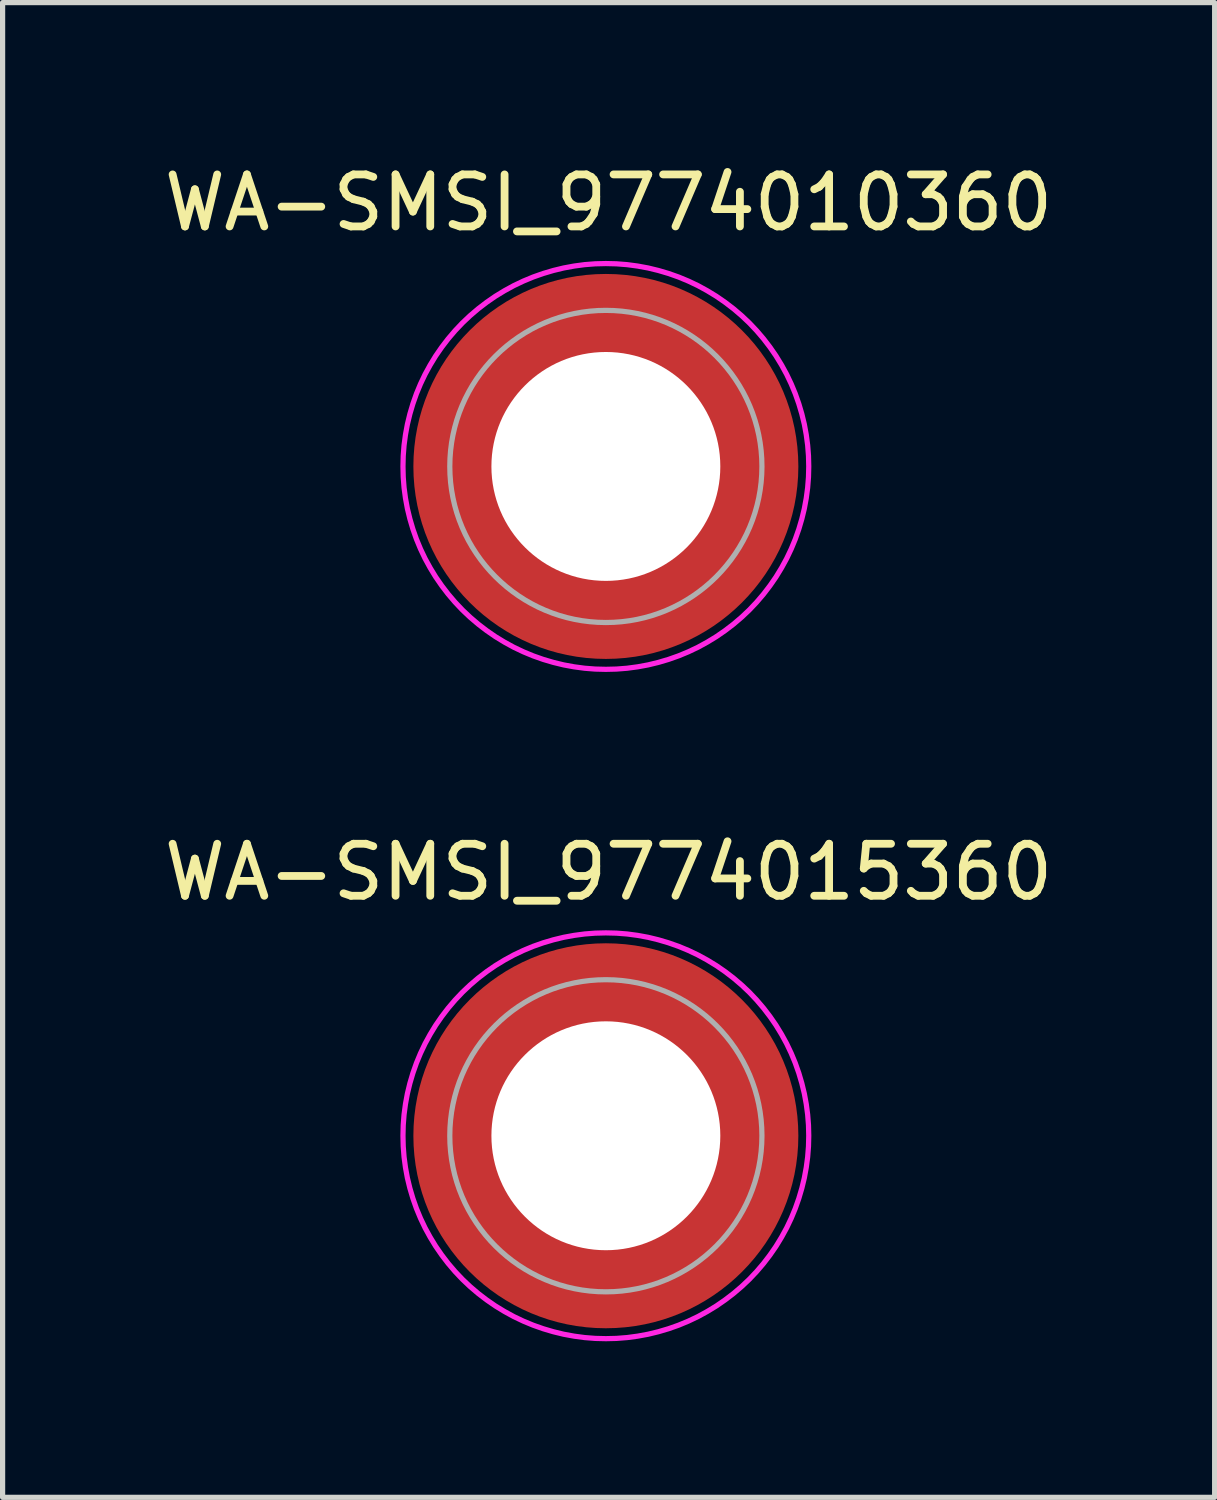
<source format=kicad_pcb>
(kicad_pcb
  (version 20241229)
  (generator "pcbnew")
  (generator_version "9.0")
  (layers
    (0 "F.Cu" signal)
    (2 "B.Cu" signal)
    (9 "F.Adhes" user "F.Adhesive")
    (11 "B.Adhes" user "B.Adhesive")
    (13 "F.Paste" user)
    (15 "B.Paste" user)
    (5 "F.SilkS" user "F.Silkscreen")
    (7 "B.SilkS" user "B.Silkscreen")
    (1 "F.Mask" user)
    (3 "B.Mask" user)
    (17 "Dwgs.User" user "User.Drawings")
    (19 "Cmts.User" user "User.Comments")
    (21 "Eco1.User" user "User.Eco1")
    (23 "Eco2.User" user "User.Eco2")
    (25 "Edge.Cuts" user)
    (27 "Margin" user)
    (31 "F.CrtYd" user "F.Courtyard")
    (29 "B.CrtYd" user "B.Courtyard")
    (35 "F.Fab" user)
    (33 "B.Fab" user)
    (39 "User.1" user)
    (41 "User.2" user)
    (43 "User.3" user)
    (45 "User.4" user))
  (footprint "WA-SMSI_9774015360"
    (layer "F.Cu")
    (at 8.596 18.782)
    (property "Reference" "WA-SMSI_9774015360" (at 0.053 -5.068 0) (layer "F.SilkS") (effects (font (size 1 1) (thickness 0.15))))
    (attr smd)
    (fp_poly (pts (xy -3.615 0.4) (xy -2.205 0.4) (xy -2.19 0.475) (xy -2.165 0.58) (xy -2.13 0.7) (xy -2.1 0.78) (xy -2.07 0.86) (xy -2.025 0.96) (xy -1.975 1.06) (xy -1.92 1.155) (xy -1.86 1.25) (xy -1.815 1.315) (xy -1.75 1.4) (xy -1.695 1.465) (xy -1.605 1.565) (xy -1.52 1.645) (xy -1.465 1.695) (xy -1.405 1.745) (xy -1.32 1.81) (xy -1.235 1.87) (xy -1.13 1.935) (xy -1.05 1.98) (xy -0.95 2.03) (xy -0.81 2.09) (xy -0.695 2.13) (xy -0.58 2.165) (xy -0.475 2.19) (xy -0.4 2.205) (xy -0.4 3.615) (xy -0.43 3.61) (xy -0.505 3.6) (xy -0.605 3.585) (xy -0.715 3.565) (xy -0.83 3.54) (xy -0.93 3.515) (xy -1.04 3.485) (xy -1.135 3.455) (xy -1.205 3.43) (xy -1.3 3.395) (xy -1.365 3.37) (xy -1.46 3.33) (xy -1.55 3.29) (xy -1.65 3.24) (xy -1.77 3.175) (xy -1.885 3.11) (xy -1.985 3.045) (xy -2.075 2.985) (xy -2.165 2.92) (xy -2.23 2.87) (xy -2.295 2.82) (xy -2.365 2.76) (xy -2.44 2.695) (xy -2.515 2.625) (xy -2.6 2.54) (xy -2.645 2.495) (xy -2.69 2.445) (xy -2.76 2.365) (xy -2.82 2.295) (xy -2.875 2.225) (xy -2.935 2.145) (xy -2.995 2.06) (xy -3.085 1.925) (xy -3.18 1.765) (xy -3.27 1.59) (xy -3.34 1.44) (xy -3.4 1.29) (xy -3.455 1.135) (xy -3.505 0.97) (xy -3.55 0.795) (xy -3.575 0.665) (xy -3.6 0.52)) (stroke (width 0.01) (type solid)) (fill yes) (layer "F.Paste"))
    (fp_poly (pts (xy -0.4 -3.615) (xy -0.4 -2.205) (xy -0.475 -2.19) (xy -0.58 -2.165) (xy -0.7 -2.13) (xy -0.78 -2.1) (xy -0.86 -2.07) (xy -0.96 -2.025) (xy -1.06 -1.975) (xy -1.155 -1.92) (xy -1.25 -1.86) (xy -1.315 -1.815) (xy -1.4 -1.75) (xy -1.465 -1.695) (xy -1.565 -1.605) (xy -1.645 -1.52) (xy -1.695 -1.465) (xy -1.745 -1.405) (xy -1.81 -1.32) (xy -1.87 -1.235) (xy -1.935 -1.13) (xy -1.98 -1.05) (xy -2.03 -0.95) (xy -2.09 -0.81) (xy -2.13 -0.695) (xy -2.165 -0.58) (xy -2.19 -0.475) (xy -2.205 -0.4) (xy -3.615 -0.4) (xy -3.61 -0.43) (xy -3.6 -0.505) (xy -3.585 -0.605) (xy -3.565 -0.715) (xy -3.54 -0.83) (xy -3.515 -0.93) (xy -3.485 -1.04) (xy -3.455 -1.135) (xy -3.43 -1.205) (xy -3.395 -1.3) (xy -3.37 -1.365) (xy -3.33 -1.46) (xy -3.29 -1.55) (xy -3.24 -1.65) (xy -3.175 -1.77) (xy -3.11 -1.885) (xy -3.045 -1.985) (xy -2.985 -2.075) (xy -2.92 -2.165) (xy -2.87 -2.23) (xy -2.82 -2.295) (xy -2.76 -2.365) (xy -2.695 -2.44) (xy -2.625 -2.515) (xy -2.54 -2.6) (xy -2.495 -2.645) (xy -2.445 -2.69) (xy -2.365 -2.76) (xy -2.295 -2.82) (xy -2.225 -2.875) (xy -2.145 -2.935) (xy -2.06 -2.995) (xy -1.925 -3.085) (xy -1.765 -3.18) (xy -1.59 -3.27) (xy -1.44 -3.34) (xy -1.29 -3.4) (xy -1.135 -3.455) (xy -0.97 -3.505) (xy -0.795 -3.55) (xy -0.665 -3.575) (xy -0.52 -3.6)) (stroke (width 0.01) (type solid)) (fill yes) (layer "F.Paste"))
    (fp_poly (pts (xy 0.4 3.615) (xy 0.4 2.205) (xy 0.475 2.19) (xy 0.58 2.165) (xy 0.7 2.13) (xy 0.78 2.1) (xy 0.86 2.07) (xy 0.96 2.025) (xy 1.06 1.975) (xy 1.155 1.92) (xy 1.25 1.86) (xy 1.315 1.815) (xy 1.4 1.75) (xy 1.465 1.695) (xy 1.565 1.605) (xy 1.645 1.52) (xy 1.695 1.465) (xy 1.745 1.405) (xy 1.81 1.32) (xy 1.87 1.235) (xy 1.935 1.13) (xy 1.98 1.05) (xy 2.03 0.95) (xy 2.09 0.81) (xy 2.13 0.695) (xy 2.165 0.58) (xy 2.19 0.475) (xy 2.205 0.4) (xy 3.615 0.4) (xy 3.61 0.43) (xy 3.6 0.505) (xy 3.585 0.605) (xy 3.565 0.715) (xy 3.54 0.83) (xy 3.515 0.93) (xy 3.485 1.04) (xy 3.455 1.135) (xy 3.43 1.205) (xy 3.395 1.3) (xy 3.37 1.365) (xy 3.33 1.46) (xy 3.29 1.55) (xy 3.24 1.65) (xy 3.175 1.77) (xy 3.11 1.885) (xy 3.045 1.985) (xy 2.985 2.075) (xy 2.92 2.165) (xy 2.87 2.23) (xy 2.82 2.295) (xy 2.76 2.365) (xy 2.695 2.44) (xy 2.625 2.515) (xy 2.54 2.6) (xy 2.495 2.645) (xy 2.445 2.69) (xy 2.365 2.76) (xy 2.295 2.82) (xy 2.225 2.875) (xy 2.145 2.935) (xy 2.06 2.995) (xy 1.925 3.085) (xy 1.765 3.18) (xy 1.59 3.27) (xy 1.44 3.34) (xy 1.29 3.4) (xy 1.135 3.455) (xy 0.97 3.505) (xy 0.795 3.55) (xy 0.665 3.575) (xy 0.52 3.6)) (stroke (width 0.01) (type solid)) (fill yes) (layer "F.Paste"))
    (fp_poly (pts (xy 3.615 -0.4) (xy 2.205 -0.4) (xy 2.19 -0.475) (xy 2.165 -0.58) (xy 2.13 -0.7) (xy 2.1 -0.78) (xy 2.07 -0.86) (xy 2.025 -0.96) (xy 1.975 -1.06) (xy 1.92 -1.155) (xy 1.86 -1.25) (xy 1.815 -1.315) (xy 1.75 -1.4) (xy 1.695 -1.465) (xy 1.605 -1.565) (xy 1.52 -1.645) (xy 1.465 -1.695) (xy 1.405 -1.745) (xy 1.32 -1.81) (xy 1.235 -1.87) (xy 1.13 -1.935) (xy 1.05 -1.98) (xy 0.95 -2.03) (xy 0.81 -2.09) (xy 0.695 -2.13) (xy 0.58 -2.165) (xy 0.475 -2.19) (xy 0.4 -2.205) (xy 0.4 -3.615) (xy 0.43 -3.61) (xy 0.505 -3.6) (xy 0.605 -3.585) (xy 0.715 -3.565) (xy 0.83 -3.54) (xy 0.93 -3.515) (xy 1.04 -3.485) (xy 1.135 -3.455) (xy 1.205 -3.43) (xy 1.3 -3.395) (xy 1.365 -3.37) (xy 1.46 -3.33) (xy 1.55 -3.29) (xy 1.65 -3.24) (xy 1.77 -3.175) (xy 1.885 -3.11) (xy 1.985 -3.045) (xy 2.075 -2.985) (xy 2.165 -2.92) (xy 2.23 -2.87) (xy 2.295 -2.82) (xy 2.365 -2.76) (xy 2.44 -2.695) (xy 2.515 -2.625) (xy 2.6 -2.54) (xy 2.645 -2.495) (xy 2.69 -2.445) (xy 2.76 -2.365) (xy 2.82 -2.295) (xy 2.875 -2.225) (xy 2.935 -2.145) (xy 2.995 -2.06) (xy 3.085 -1.925) (xy 3.18 -1.765) (xy 3.27 -1.59) (xy 3.34 -1.44) (xy 3.4 -1.29) (xy 3.455 -1.135) (xy 3.505 -0.97) (xy 3.55 -0.795) (xy 3.575 -0.665) (xy 3.6 -0.52)) (stroke (width 0.01) (type solid)) (fill yes) (layer "F.Paste"))
    (fp_poly (pts (xy 0 -3.9) (xy 0.204 -3.895) (xy 0.408 -3.879) (xy 0.61 -3.852) (xy 0.811 -3.815) (xy 1.009 -3.767) (xy 1.205 -3.709) (xy 1.398 -3.641) (xy 1.586 -3.563) (xy 1.771 -3.475) (xy 1.95 -3.377) (xy 2.124 -3.271) (xy 2.292 -3.155) (xy 2.454 -3.031) (xy 2.61 -2.898) (xy 2.758 -2.758) (xy 2.898 -2.61) (xy 3.031 -2.454) (xy 3.155 -2.292) (xy 3.271 -2.124) (xy 3.377 -1.95) (xy 3.475 -1.771) (xy 3.563 -1.586) (xy 3.641 -1.398) (xy 3.709 -1.205) (xy 3.767 -1.009) (xy 3.815 -0.811) (xy 3.852 -0.61) (xy 3.879 -0.408) (xy 3.895 -0.204) (xy 3.9 0) (xy 3.895 0.204) (xy 3.879 0.408) (xy 3.852 0.61) (xy 3.815 0.811) (xy 3.767 1.009) (xy 3.709 1.205) (xy 3.641 1.398) (xy 3.563 1.586) (xy 3.475 1.771) (xy 3.377 1.95) (xy 3.271 2.124) (xy 3.155 2.292) (xy 3.031 2.454) (xy 2.898 2.61) (xy 2.758 2.758) (xy 2.61 2.898) (xy 2.454 3.031) (xy 2.292 3.155) (xy 2.124 3.271) (xy 1.95 3.377) (xy 1.771 3.475) (xy 1.586 3.563) (xy 1.398 3.641) (xy 1.205 3.709) (xy 1.009 3.767) (xy 0.811 3.815) (xy 0.61 3.852) (xy 0.408 3.879) (xy 0.204 3.895) (xy 0 3.9) (xy -0.204 3.895) (xy -0.408 3.879) (xy -0.61 3.852) (xy -0.811 3.815) (xy -1.009 3.767) (xy -1.205 3.709) (xy -1.398 3.641) (xy -1.586 3.563) (xy -1.771 3.475) (xy -1.95 3.377) (xy -2.124 3.271) (xy -2.292 3.155) (xy -2.454 3.031) (xy -2.61 2.898) (xy -2.758 2.758) (xy -2.898 2.61) (xy -3.031 2.454) (xy -3.155 2.292) (xy -3.271 2.124) (xy -3.377 1.95) (xy -3.475 1.771) (xy -3.563 1.586) (xy -3.641 1.398) (xy -3.709 1.205) (xy -3.767 1.009) (xy -3.815 0.811) (xy -3.852 0.61) (xy -3.879 0.408) (xy -3.895 0.204) (xy -3.9 0) (xy -3.895 -0.204) (xy -3.879 -0.408) (xy -3.852 -0.61) (xy -3.815 -0.811) (xy -3.767 -1.009) (xy -3.709 -1.205) (xy -3.641 -1.398) (xy -3.563 -1.586) (xy -3.475 -1.771) (xy -3.377 -1.95) (xy -3.271 -2.124) (xy -3.155 -2.292) (xy -3.031 -2.454) (xy -2.898 -2.61) (xy -2.758 -2.758) (xy -2.61 -2.898) (xy -2.454 -3.031) (xy -2.292 -3.155) (xy -2.124 -3.271) (xy -1.95 -3.377) (xy -1.771 -3.475) (xy -1.586 -3.563) (xy -1.398 -3.641) (xy -1.205 -3.709) (xy -1.009 -3.767) (xy -0.811 -3.815) (xy -0.61 -3.852) (xy -0.408 -3.879) (xy -0.204 -3.895) (xy 0 -3.9)) (stroke (width 0.1) (type solid)) (fill no) (layer "F.CrtYd"))
    (fp_circle (center 0 0) (end 3 0) (stroke (width 0.1) (type solid)) (fill no) (layer "F.Fab"))
    (pad "" np_thru_hole circle (at 0 0) (size 4.4 4.4) (drill 4.4) (layers "*.Cu" "*.Mask"))
    (pad "1" smd circle (at 0 0) (size 7.4 7.4) (layers "F.Cu" "F.Mask")))
  (footprint "WA-SMSI_9774010360"
    (layer "F.Cu")
    (at 8.596 5.916)
    (property "Reference" "WA-SMSI_9774010360" (at 0.053 -5.068 0) (layer "F.SilkS") (effects (font (size 1 1) (thickness 0.15))))
    (attr smd)
    (fp_poly (pts (xy -3.615 0.4) (xy -2.205 0.4) (xy -2.19 0.475) (xy -2.165 0.58) (xy -2.13 0.7) (xy -2.1 0.78) (xy -2.07 0.86) (xy -2.025 0.96) (xy -1.975 1.06) (xy -1.92 1.155) (xy -1.86 1.25) (xy -1.815 1.315) (xy -1.75 1.4) (xy -1.695 1.465) (xy -1.605 1.565) (xy -1.52 1.645) (xy -1.465 1.695) (xy -1.405 1.745) (xy -1.32 1.81) (xy -1.235 1.87) (xy -1.13 1.935) (xy -1.05 1.98) (xy -0.95 2.03) (xy -0.81 2.09) (xy -0.695 2.13) (xy -0.58 2.165) (xy -0.475 2.19) (xy -0.4 2.205) (xy -0.4 3.615) (xy -0.43 3.61) (xy -0.505 3.6) (xy -0.605 3.585) (xy -0.715 3.565) (xy -0.83 3.54) (xy -0.93 3.515) (xy -1.04 3.485) (xy -1.135 3.455) (xy -1.205 3.43) (xy -1.3 3.395) (xy -1.365 3.37) (xy -1.46 3.33) (xy -1.55 3.29) (xy -1.65 3.24) (xy -1.77 3.175) (xy -1.885 3.11) (xy -1.985 3.045) (xy -2.075 2.985) (xy -2.165 2.92) (xy -2.23 2.87) (xy -2.295 2.82) (xy -2.365 2.76) (xy -2.44 2.695) (xy -2.515 2.625) (xy -2.6 2.54) (xy -2.645 2.495) (xy -2.69 2.445) (xy -2.76 2.365) (xy -2.82 2.295) (xy -2.875 2.225) (xy -2.935 2.145) (xy -2.995 2.06) (xy -3.085 1.925) (xy -3.18 1.765) (xy -3.27 1.59) (xy -3.34 1.44) (xy -3.4 1.29) (xy -3.455 1.135) (xy -3.505 0.97) (xy -3.55 0.795) (xy -3.575 0.665) (xy -3.6 0.52)) (stroke (width 0.01) (type solid)) (fill yes) (layer "F.Paste"))
    (fp_poly (pts (xy -0.4 -3.615) (xy -0.4 -2.205) (xy -0.475 -2.19) (xy -0.58 -2.165) (xy -0.7 -2.13) (xy -0.78 -2.1) (xy -0.86 -2.07) (xy -0.96 -2.025) (xy -1.06 -1.975) (xy -1.155 -1.92) (xy -1.25 -1.86) (xy -1.315 -1.815) (xy -1.4 -1.75) (xy -1.465 -1.695) (xy -1.565 -1.605) (xy -1.645 -1.52) (xy -1.695 -1.465) (xy -1.745 -1.405) (xy -1.81 -1.32) (xy -1.87 -1.235) (xy -1.935 -1.13) (xy -1.98 -1.05) (xy -2.03 -0.95) (xy -2.09 -0.81) (xy -2.13 -0.695) (xy -2.165 -0.58) (xy -2.19 -0.475) (xy -2.205 -0.4) (xy -3.615 -0.4) (xy -3.61 -0.43) (xy -3.6 -0.505) (xy -3.585 -0.605) (xy -3.565 -0.715) (xy -3.54 -0.83) (xy -3.515 -0.93) (xy -3.485 -1.04) (xy -3.455 -1.135) (xy -3.43 -1.205) (xy -3.395 -1.3) (xy -3.37 -1.365) (xy -3.33 -1.46) (xy -3.29 -1.55) (xy -3.24 -1.65) (xy -3.175 -1.77) (xy -3.11 -1.885) (xy -3.045 -1.985) (xy -2.985 -2.075) (xy -2.92 -2.165) (xy -2.87 -2.23) (xy -2.82 -2.295) (xy -2.76 -2.365) (xy -2.695 -2.44) (xy -2.625 -2.515) (xy -2.54 -2.6) (xy -2.495 -2.645) (xy -2.445 -2.69) (xy -2.365 -2.76) (xy -2.295 -2.82) (xy -2.225 -2.875) (xy -2.145 -2.935) (xy -2.06 -2.995) (xy -1.925 -3.085) (xy -1.765 -3.18) (xy -1.59 -3.27) (xy -1.44 -3.34) (xy -1.29 -3.4) (xy -1.135 -3.455) (xy -0.97 -3.505) (xy -0.795 -3.55) (xy -0.665 -3.575) (xy -0.52 -3.6)) (stroke (width 0.01) (type solid)) (fill yes) (layer "F.Paste"))
    (fp_poly (pts (xy 0.4 3.615) (xy 0.4 2.205) (xy 0.475 2.19) (xy 0.58 2.165) (xy 0.7 2.13) (xy 0.78 2.1) (xy 0.86 2.07) (xy 0.96 2.025) (xy 1.06 1.975) (xy 1.155 1.92) (xy 1.25 1.86) (xy 1.315 1.815) (xy 1.4 1.75) (xy 1.465 1.695) (xy 1.565 1.605) (xy 1.645 1.52) (xy 1.695 1.465) (xy 1.745 1.405) (xy 1.81 1.32) (xy 1.87 1.235) (xy 1.935 1.13) (xy 1.98 1.05) (xy 2.03 0.95) (xy 2.09 0.81) (xy 2.13 0.695) (xy 2.165 0.58) (xy 2.19 0.475) (xy 2.205 0.4) (xy 3.615 0.4) (xy 3.61 0.43) (xy 3.6 0.505) (xy 3.585 0.605) (xy 3.565 0.715) (xy 3.54 0.83) (xy 3.515 0.93) (xy 3.485 1.04) (xy 3.455 1.135) (xy 3.43 1.205) (xy 3.395 1.3) (xy 3.37 1.365) (xy 3.33 1.46) (xy 3.29 1.55) (xy 3.24 1.65) (xy 3.175 1.77) (xy 3.11 1.885) (xy 3.045 1.985) (xy 2.985 2.075) (xy 2.92 2.165) (xy 2.87 2.23) (xy 2.82 2.295) (xy 2.76 2.365) (xy 2.695 2.44) (xy 2.625 2.515) (xy 2.54 2.6) (xy 2.495 2.645) (xy 2.445 2.69) (xy 2.365 2.76) (xy 2.295 2.82) (xy 2.225 2.875) (xy 2.145 2.935) (xy 2.06 2.995) (xy 1.925 3.085) (xy 1.765 3.18) (xy 1.59 3.27) (xy 1.44 3.34) (xy 1.29 3.4) (xy 1.135 3.455) (xy 0.97 3.505) (xy 0.795 3.55) (xy 0.665 3.575) (xy 0.52 3.6)) (stroke (width 0.01) (type solid)) (fill yes) (layer "F.Paste"))
    (fp_poly (pts (xy 3.615 -0.4) (xy 2.205 -0.4) (xy 2.19 -0.475) (xy 2.165 -0.58) (xy 2.13 -0.7) (xy 2.1 -0.78) (xy 2.07 -0.86) (xy 2.025 -0.96) (xy 1.975 -1.06) (xy 1.92 -1.155) (xy 1.86 -1.25) (xy 1.815 -1.315) (xy 1.75 -1.4) (xy 1.695 -1.465) (xy 1.605 -1.565) (xy 1.52 -1.645) (xy 1.465 -1.695) (xy 1.405 -1.745) (xy 1.32 -1.81) (xy 1.235 -1.87) (xy 1.13 -1.935) (xy 1.05 -1.98) (xy 0.95 -2.03) (xy 0.81 -2.09) (xy 0.695 -2.13) (xy 0.58 -2.165) (xy 0.475 -2.19) (xy 0.4 -2.205) (xy 0.4 -3.615) (xy 0.43 -3.61) (xy 0.505 -3.6) (xy 0.605 -3.585) (xy 0.715 -3.565) (xy 0.83 -3.54) (xy 0.93 -3.515) (xy 1.04 -3.485) (xy 1.135 -3.455) (xy 1.205 -3.43) (xy 1.3 -3.395) (xy 1.365 -3.37) (xy 1.46 -3.33) (xy 1.55 -3.29) (xy 1.65 -3.24) (xy 1.77 -3.175) (xy 1.885 -3.11) (xy 1.985 -3.045) (xy 2.075 -2.985) (xy 2.165 -2.92) (xy 2.23 -2.87) (xy 2.295 -2.82) (xy 2.365 -2.76) (xy 2.44 -2.695) (xy 2.515 -2.625) (xy 2.6 -2.54) (xy 2.645 -2.495) (xy 2.69 -2.445) (xy 2.76 -2.365) (xy 2.82 -2.295) (xy 2.875 -2.225) (xy 2.935 -2.145) (xy 2.995 -2.06) (xy 3.085 -1.925) (xy 3.18 -1.765) (xy 3.27 -1.59) (xy 3.34 -1.44) (xy 3.4 -1.29) (xy 3.455 -1.135) (xy 3.505 -0.97) (xy 3.55 -0.795) (xy 3.575 -0.665) (xy 3.6 -0.52)) (stroke (width 0.01) (type solid)) (fill yes) (layer "F.Paste"))
    (fp_poly (pts (xy 0 -3.9) (xy 0.204 -3.895) (xy 0.408 -3.879) (xy 0.61 -3.852) (xy 0.811 -3.815) (xy 1.009 -3.767) (xy 1.205 -3.709) (xy 1.398 -3.641) (xy 1.586 -3.563) (xy 1.771 -3.475) (xy 1.95 -3.377) (xy 2.124 -3.271) (xy 2.292 -3.155) (xy 2.454 -3.031) (xy 2.61 -2.898) (xy 2.758 -2.758) (xy 2.898 -2.61) (xy 3.031 -2.454) (xy 3.155 -2.292) (xy 3.271 -2.124) (xy 3.377 -1.95) (xy 3.475 -1.771) (xy 3.563 -1.586) (xy 3.641 -1.398) (xy 3.709 -1.205) (xy 3.767 -1.009) (xy 3.815 -0.811) (xy 3.852 -0.61) (xy 3.879 -0.408) (xy 3.895 -0.204) (xy 3.9 0) (xy 3.895 0.204) (xy 3.879 0.408) (xy 3.852 0.61) (xy 3.815 0.811) (xy 3.767 1.009) (xy 3.709 1.205) (xy 3.641 1.398) (xy 3.563 1.586) (xy 3.475 1.771) (xy 3.377 1.95) (xy 3.271 2.124) (xy 3.155 2.292) (xy 3.031 2.454) (xy 2.898 2.61) (xy 2.758 2.758) (xy 2.61 2.898) (xy 2.454 3.031) (xy 2.292 3.155) (xy 2.124 3.271) (xy 1.95 3.377) (xy 1.771 3.475) (xy 1.586 3.563) (xy 1.398 3.641) (xy 1.205 3.709) (xy 1.009 3.767) (xy 0.811 3.815) (xy 0.61 3.852) (xy 0.408 3.879) (xy 0.204 3.895) (xy 0 3.9) (xy -0.204 3.895) (xy -0.408 3.879) (xy -0.61 3.852) (xy -0.811 3.815) (xy -1.009 3.767) (xy -1.205 3.709) (xy -1.398 3.641) (xy -1.586 3.563) (xy -1.771 3.475) (xy -1.95 3.377) (xy -2.124 3.271) (xy -2.292 3.155) (xy -2.454 3.031) (xy -2.61 2.898) (xy -2.758 2.758) (xy -2.898 2.61) (xy -3.031 2.454) (xy -3.155 2.292) (xy -3.271 2.124) (xy -3.377 1.95) (xy -3.475 1.771) (xy -3.563 1.586) (xy -3.641 1.398) (xy -3.709 1.205) (xy -3.767 1.009) (xy -3.815 0.811) (xy -3.852 0.61) (xy -3.879 0.408) (xy -3.895 0.204) (xy -3.9 0) (xy -3.895 -0.204) (xy -3.879 -0.408) (xy -3.852 -0.61) (xy -3.815 -0.811) (xy -3.767 -1.009) (xy -3.709 -1.205) (xy -3.641 -1.398) (xy -3.563 -1.586) (xy -3.475 -1.771) (xy -3.377 -1.95) (xy -3.271 -2.124) (xy -3.155 -2.292) (xy -3.031 -2.454) (xy -2.898 -2.61) (xy -2.758 -2.758) (xy -2.61 -2.898) (xy -2.454 -3.031) (xy -2.292 -3.155) (xy -2.124 -3.271) (xy -1.95 -3.377) (xy -1.771 -3.475) (xy -1.586 -3.563) (xy -1.398 -3.641) (xy -1.205 -3.709) (xy -1.009 -3.767) (xy -0.811 -3.815) (xy -0.61 -3.852) (xy -0.408 -3.879) (xy -0.204 -3.895) (xy 0 -3.9)) (stroke (width 0.1) (type solid)) (fill no) (layer "F.CrtYd"))
    (fp_circle (center 0 0) (end 3 0) (stroke (width 0.1) (type solid)) (fill no) (layer "F.Fab"))
    (pad "" np_thru_hole circle (at 0 0) (size 4.4 4.4) (drill 4.4) (layers "*.Cu" "*.Mask"))
    (pad "1" smd circle (at 0 0) (size 7.4 7.4) (layers "F.Cu" "F.Mask")))
  (gr_rect
    (start -3 -3)
    (end 20.298 25.732)
    (stroke (width 0.1) (type default))
    (fill no)
    (layer "Edge.Cuts")))
</source>
